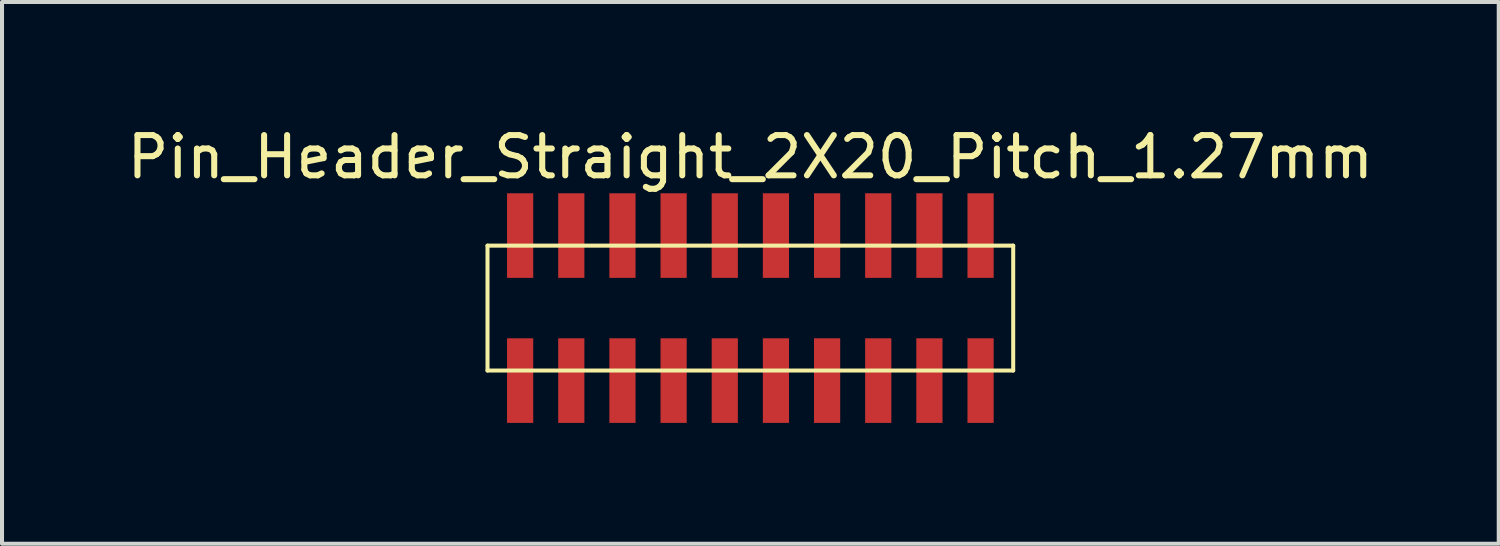
<source format=kicad_pcb>
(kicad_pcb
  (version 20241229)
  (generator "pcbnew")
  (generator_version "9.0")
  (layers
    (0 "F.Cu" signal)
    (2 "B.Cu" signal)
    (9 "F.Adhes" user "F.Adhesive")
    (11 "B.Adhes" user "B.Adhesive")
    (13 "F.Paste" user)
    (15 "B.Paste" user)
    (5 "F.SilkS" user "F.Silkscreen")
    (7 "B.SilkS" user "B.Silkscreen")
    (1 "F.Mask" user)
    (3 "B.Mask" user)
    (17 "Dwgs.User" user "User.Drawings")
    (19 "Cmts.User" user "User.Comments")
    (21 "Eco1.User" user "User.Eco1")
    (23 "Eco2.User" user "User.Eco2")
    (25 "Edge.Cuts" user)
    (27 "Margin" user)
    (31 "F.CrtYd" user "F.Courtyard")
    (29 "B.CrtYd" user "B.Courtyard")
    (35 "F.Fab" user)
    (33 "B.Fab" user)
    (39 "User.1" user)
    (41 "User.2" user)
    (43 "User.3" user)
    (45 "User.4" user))
  (footprint "Pin_Header_Straight_2X20_Pitch_1.27mm"
    (layer "F.Cu")
    (at 15.577 4.598)
    (property "Reference" "Pin_Header_Straight_2X20_Pitch_1.27mm" (at 0 -3.75 0) (layer "F.SilkS") (effects (font (size 1 1) (thickness 0.15))))
    (attr through_hole)
    (fp_line (start -6.525 -1.55) (end 6.525 -1.55) (stroke (width 0.1) (type solid)) (layer "F.SilkS"))
    (fp_line (start -6.525 1.55) (end -6.525 -1.55) (stroke (width 0.1) (type solid)) (layer "F.SilkS"))
    (fp_line (start 6.525 -1.55) (end 6.525 1.55) (stroke (width 0.1) (type solid)) (layer "F.SilkS"))
    (fp_line (start 6.525 1.55) (end -6.525 1.55) (stroke (width 0.1) (type solid)) (layer "F.SilkS"))
    (pad "1" smd rect (at -5.715 1.8) (size 0.65 2.1) (layers "F.Cu" "F.Mask" "F.Paste"))
    (pad "2" smd rect (at -5.715 -1.8) (size 0.65 2.1) (layers "F.Cu" "F.Mask" "F.Paste"))
    (pad "3" smd rect (at -4.445 1.8) (size 0.65 2.1) (layers "F.Cu" "F.Mask" "F.Paste"))
    (pad "4" smd rect (at -4.445 -1.8) (size 0.65 2.1) (layers "F.Cu" "F.Mask" "F.Paste"))
    (pad "5" smd rect (at -3.175 1.8) (size 0.65 2.1) (layers "F.Cu" "F.Mask" "F.Paste"))
    (pad "6" smd rect (at -3.175 -1.8) (size 0.65 2.1) (layers "F.Cu" "F.Mask" "F.Paste"))
    (pad "7" smd rect (at -1.905 1.8) (size 0.65 2.1) (layers "F.Cu" "F.Mask" "F.Paste"))
    (pad "8" smd rect (at -1.905 -1.8) (size 0.65 2.1) (layers "F.Cu" "F.Mask" "F.Paste"))
    (pad "9" smd rect (at -0.635 1.8) (size 0.65 2.1) (layers "F.Cu" "F.Mask" "F.Paste"))
    (pad "10" smd rect (at -0.635 -1.8) (size 0.65 2.1) (layers "F.Cu" "F.Mask" "F.Paste"))
    (pad "11" smd rect (at 0.635 1.8) (size 0.65 2.1) (layers "F.Cu" "F.Mask" "F.Paste"))
    (pad "12" smd rect (at 0.635 -1.8) (size 0.65 2.1) (layers "F.Cu" "F.Mask" "F.Paste"))
    (pad "13" smd rect (at 1.905 1.8) (size 0.65 2.1) (layers "F.Cu" "F.Mask" "F.Paste"))
    (pad "14" smd rect (at 1.905 -1.8) (size 0.65 2.1) (layers "F.Cu" "F.Mask" "F.Paste"))
    (pad "15" smd rect (at 3.175 1.8) (size 0.65 2.1) (layers "F.Cu" "F.Mask" "F.Paste"))
    (pad "16" smd rect (at 3.175 -1.8) (size 0.65 2.1) (layers "F.Cu" "F.Mask" "F.Paste"))
    (pad "17" smd rect (at 4.445 1.8) (size 0.65 2.1) (layers "F.Cu" "F.Mask" "F.Paste"))
    (pad "18" smd rect (at 4.445 -1.8) (size 0.65 2.1) (layers "F.Cu" "F.Mask" "F.Paste"))
    (pad "19" smd rect (at 5.715 1.8) (size 0.65 2.1) (layers "F.Cu" "F.Mask" "F.Paste"))
    (pad "20" smd rect (at 5.715 -1.8) (size 0.65 2.1) (layers "F.Cu" "F.Mask" "F.Paste")))
  (gr_rect
    (start -3 -3)
    (end 34.155 10.448)
    (stroke (width 0.1) (type default))
    (fill no)
    (layer "Edge.Cuts")))
</source>
